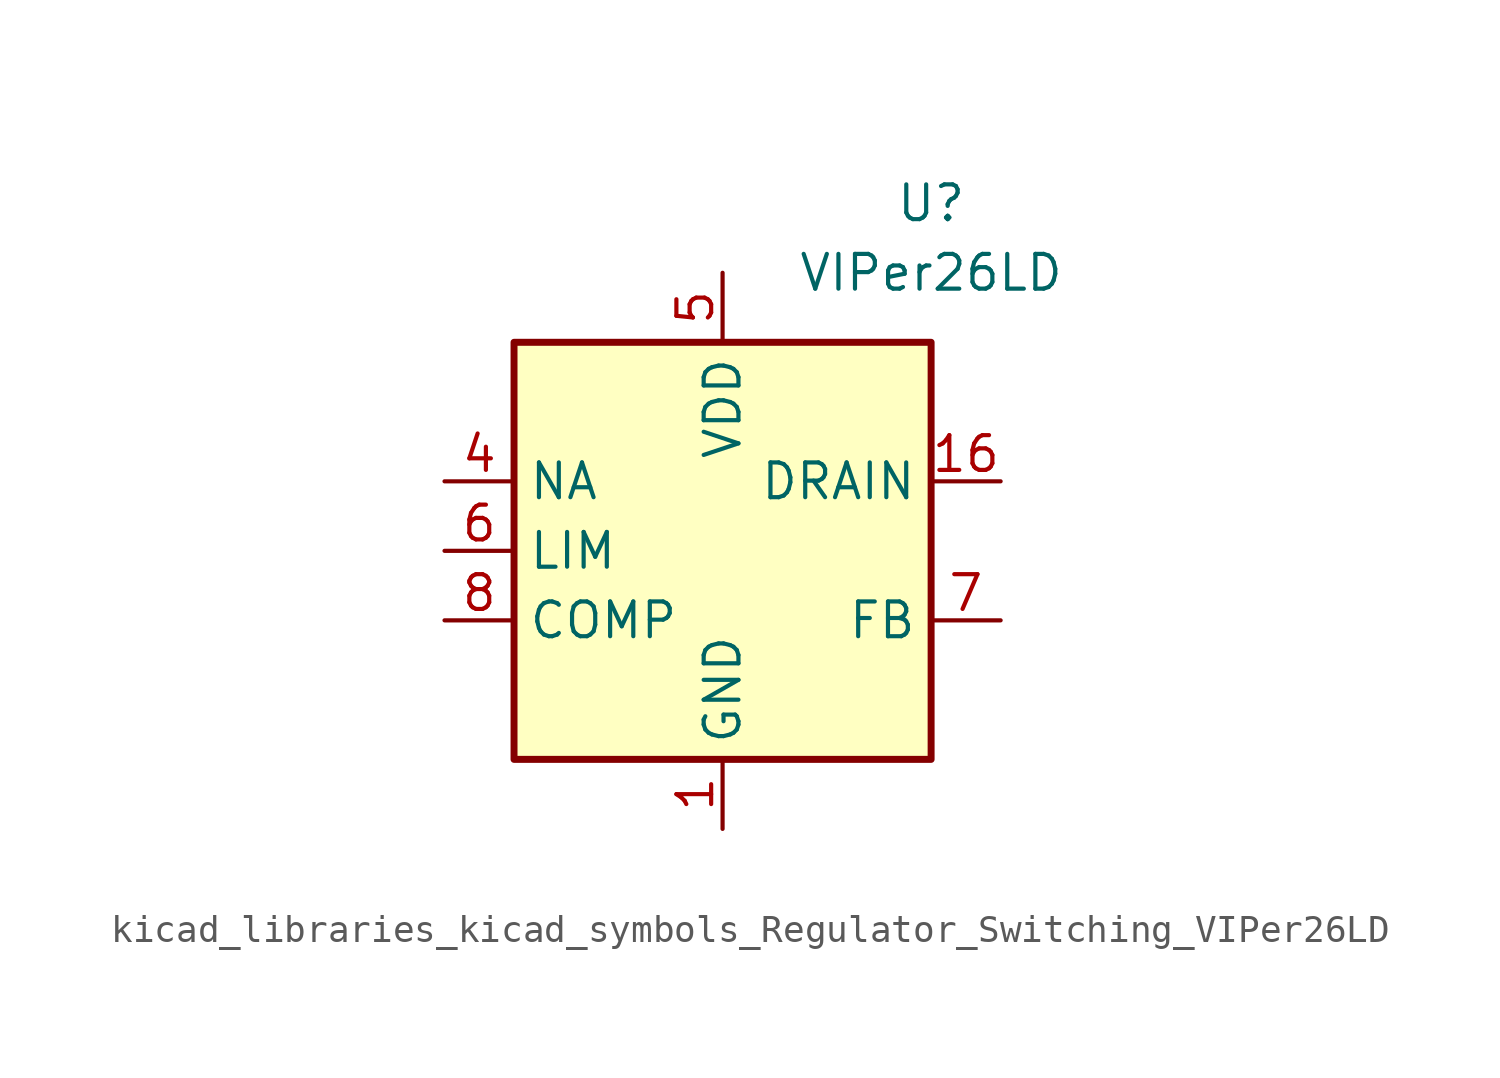
<source format=kicad_sym>
(kicad_symbol_lib
  (version 20220914)
  (generator kicad_symbol_editor)
  (symbol "kicad_libraries_kicad_symbols_Regulator_Switching_VIPer26LD"
    (property "Reference" "U"
      (at 7.62 12.7 0)
      (effects (font (size 1.27 1.27))))
    (property "Value" "VIPer26LD"
      (at 7.62 10.16 0)
      (effects (font (size 1.27 1.27))))
    (symbol "kicad_libraries_kicad_symbols_Regulator_Switching_VIPer26LD_0_1"
      (rectangle (start -7.62 -7.62) (end 7.62 7.62) (stroke (width 0.254) (type default)) (fill (type background))))
    (symbol "kicad_libraries_kicad_symbols_Regulator_Switching_VIPer26LD_1_1"
      (pin power_in line (at 0 -10.16 90) (length 2.54) (name "GND" (effects (font (size 1.27 1.27)))) (number "1" (effects (font (size 1.27 1.27)))))
      (pin no_connect line (at 7.62 -5.08 180) (length 2.54) hide (name "NC" (effects (font (size 1.27 1.27)))) (number "10" (effects (font (size 1.27 1.27)))))
      (pin no_connect line (at 7.62 0 180) (length 2.54) hide (name "NC" (effects (font (size 1.27 1.27)))) (number "11" (effects (font (size 1.27 1.27)))))
      (pin no_connect line (at 7.62 5.08 180) (length 2.54) hide (name "NC" (effects (font (size 1.27 1.27)))) (number "12" (effects (font (size 1.27 1.27)))))
      (pin passive line (at 10.16 2.54 180) (length 2.54) hide (name "DRAIN" (effects (font (size 1.27 1.27)))) (number "13" (effects (font (size 1.27 1.27)))))
      (pin passive line (at 10.16 2.54 180) (length 2.54) hide (name "DRAIN" (effects (font (size 1.27 1.27)))) (number "14" (effects (font (size 1.27 1.27)))))
      (pin passive line (at 10.16 2.54 180) (length 2.54) hide (name "DRAIN" (effects (font (size 1.27 1.27)))) (number "15" (effects (font (size 1.27 1.27)))))
      (pin passive line (at 10.16 2.54 180) (length 2.54) (name "DRAIN" (effects (font (size 1.27 1.27)))) (number "16" (effects (font (size 1.27 1.27)))))
      (pin passive line (at 0 -10.16 90) (length 2.54) hide (name "GND" (effects (font (size 1.27 1.27)))) (number "2" (effects (font (size 1.27 1.27)))))
      (pin no_connect line (at -7.62 5.08 0) (length 2.54) hide (name "NC" (effects (font (size 1.27 1.27)))) (number "3" (effects (font (size 1.27 1.27)))))
      (pin passive line (at -10.16 2.54 0) (length 2.54) (name "NA" (effects (font (size 1.27 1.27)))) (number "4" (effects (font (size 1.27 1.27)))))
      (pin power_in line (at 0 10.16 270) (length 2.54) (name "VDD" (effects (font (size 1.27 1.27)))) (number "5" (effects (font (size 1.27 1.27)))))
      (pin passive line (at -10.16 0 0) (length 2.54) (name "LIM" (effects (font (size 1.27 1.27)))) (number "6" (effects (font (size 1.27 1.27)))))
      (pin input line (at 10.16 -2.54 180) (length 2.54) (name "FB" (effects (font (size 1.27 1.27)))) (number "7" (effects (font (size 1.27 1.27)))))
      (pin passive line (at -10.16 -2.54 0) (length 2.54) (name "COMP" (effects (font (size 1.27 1.27)))) (number "8" (effects (font (size 1.27 1.27)))))
      (pin no_connect line (at -7.62 -5.08 0) (length 2.54) hide (name "NC" (effects (font (size 1.27 1.27)))) (number "9" (effects (font (size 1.27 1.27))))))))
</source>
